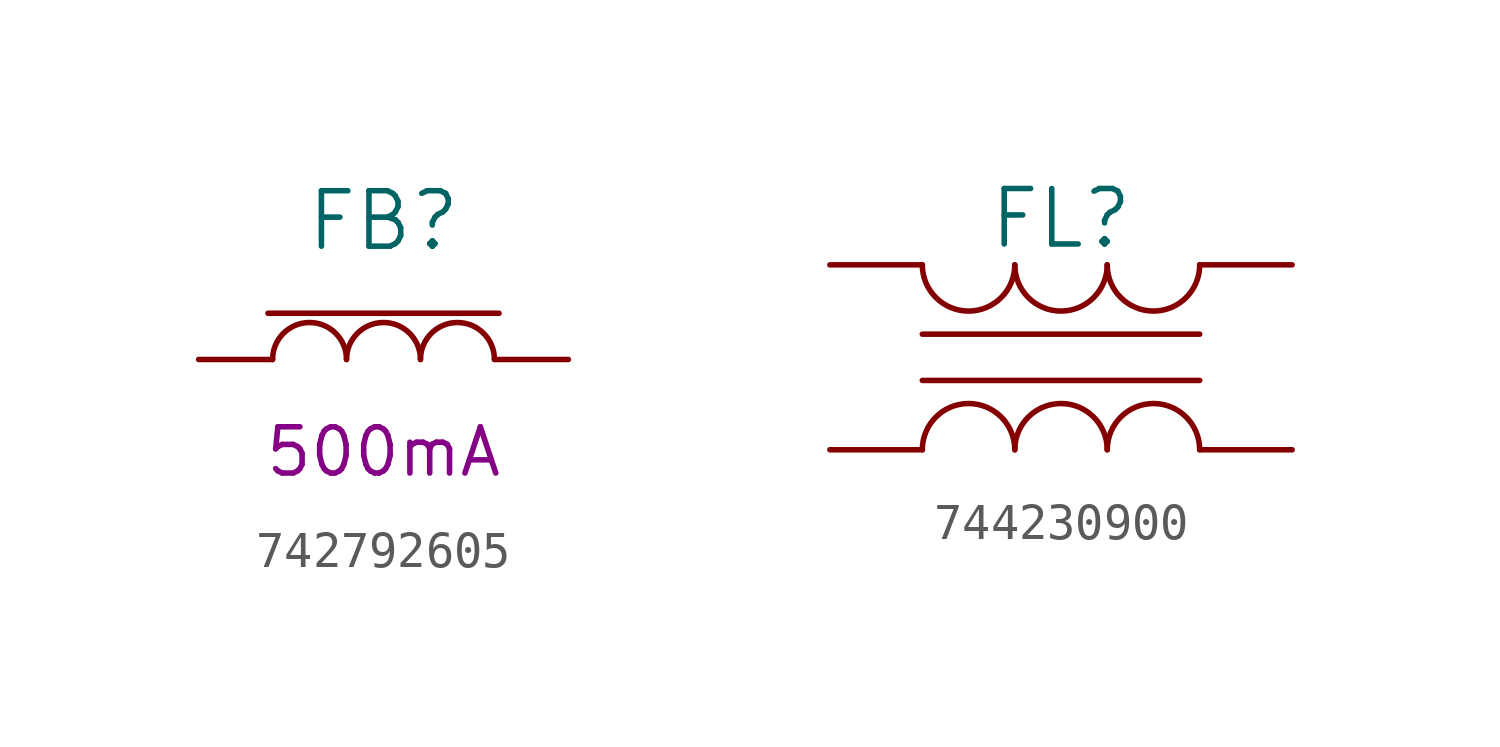
<source format=kicad_sym>
(kicad_symbol_lib
  (version 20231120)
  (generator "kicad_symbol_editor")
  (generator_version "8.0")
  (symbol "742792605"
    (pin_numbers hide)
    (pin_names
      (offset 0) hide)
    (property "Reference" "FB"
      (at 0 3.81 0)
      (effects (font (size 1.524 1.524))))
    (property "Current" "500mA"
      (at 0 -2.54 0)
      (effects (font (size 1.27 1.27))))
    (symbol "742792605_0_1"
      (arc (start -1.016 0) (mid -2.032 1.0116) (end -3.048 0) (stroke (width 0) (type default)) (fill (type none)))
      (polyline (pts (xy -3.175 1.27) (xy 3.175 1.27)) (stroke (width 0) (type default)) (fill (type none)))
      (arc (start 1.016 0) (mid 0 1.0116) (end -1.016 0) (stroke (width 0) (type default)) (fill (type none)))
      (arc (start 3.048 0) (mid 2.032 1.0116) (end 1.016 0) (stroke (width 0) (type default)) (fill (type none))))
    (symbol "742792605_1_1"
      (pin passive line (at -5.08 0 0) (length 2.032) (name "1" (effects (font (size 1.27 1.27)))) (number "1" (effects (font (size 1.27 1.27)))))
      (pin passive line (at 5.08 0 180) (length 2.032) (name "2" (effects (font (size 1.27 1.27)))) (number "2" (effects (font (size 1.27 1.27)))))))
  (symbol "744230900"
    (pin_numbers hide)
    (pin_names
      (offset 0) hide)
    (property "Reference" "FL"
      (at 0 3.81 0)
      (effects (font (size 1.524 1.524))))
    (symbol "744230900_0_1"
      (arc (start -3.81 2.54) (mid -2.54 1.2755) (end -1.27 2.54) (stroke (width 0) (type default)) (fill (type none)))
      (polyline (pts (xy -3.81 0.635) (xy 3.81 0.635)) (stroke (width 0) (type default)) (fill (type none)))
      (polyline (pts (xy 3.81 -0.635) (xy -3.81 -0.635)) (stroke (width 0) (type default)) (fill (type none))))
    (symbol "744230900_1_1"
      (arc (start -1.27 -2.54) (mid -2.54 -1.2755) (end -3.81 -2.54) (stroke (width 0) (type default)) (fill (type none)))
      (arc (start -1.27 2.54) (mid 0 1.2755) (end 1.27 2.54) (stroke (width 0) (type default)) (fill (type none)))
      (arc (start 1.27 -2.54) (mid 0 -1.2755) (end -1.27 -2.54) (stroke (width 0) (type default)) (fill (type none)))
      (arc (start 1.27 2.54) (mid 2.54 1.2755) (end 3.81 2.54) (stroke (width 0) (type default)) (fill (type none)))
      (arc (start 3.81 -2.54) (mid 2.54 -1.2755) (end 1.27 -2.54) (stroke (width 0) (type default)) (fill (type none)))
      (pin input line (at -6.35 -2.54 0) (length 2.54) (name "1" (effects (font (size 1.27 1.27)))) (number "1" (effects (font (size 1.27 1.27)))))
      (pin input line (at 6.35 -2.54 180) (length 2.54) (name "2" (effects (font (size 1.27 1.27)))) (number "2" (effects (font (size 1.27 1.27)))))
      (pin input line (at 6.35 2.54 180) (length 2.54) (name "3" (effects (font (size 1.27 1.27)))) (number "3" (effects (font (size 1.27 1.27)))))
      (pin input line (at -6.35 2.54 0) (length 2.54) (name "4" (effects (font (size 1.27 1.27)))) (number "4" (effects (font (size 1.27 1.27))))))))
</source>
